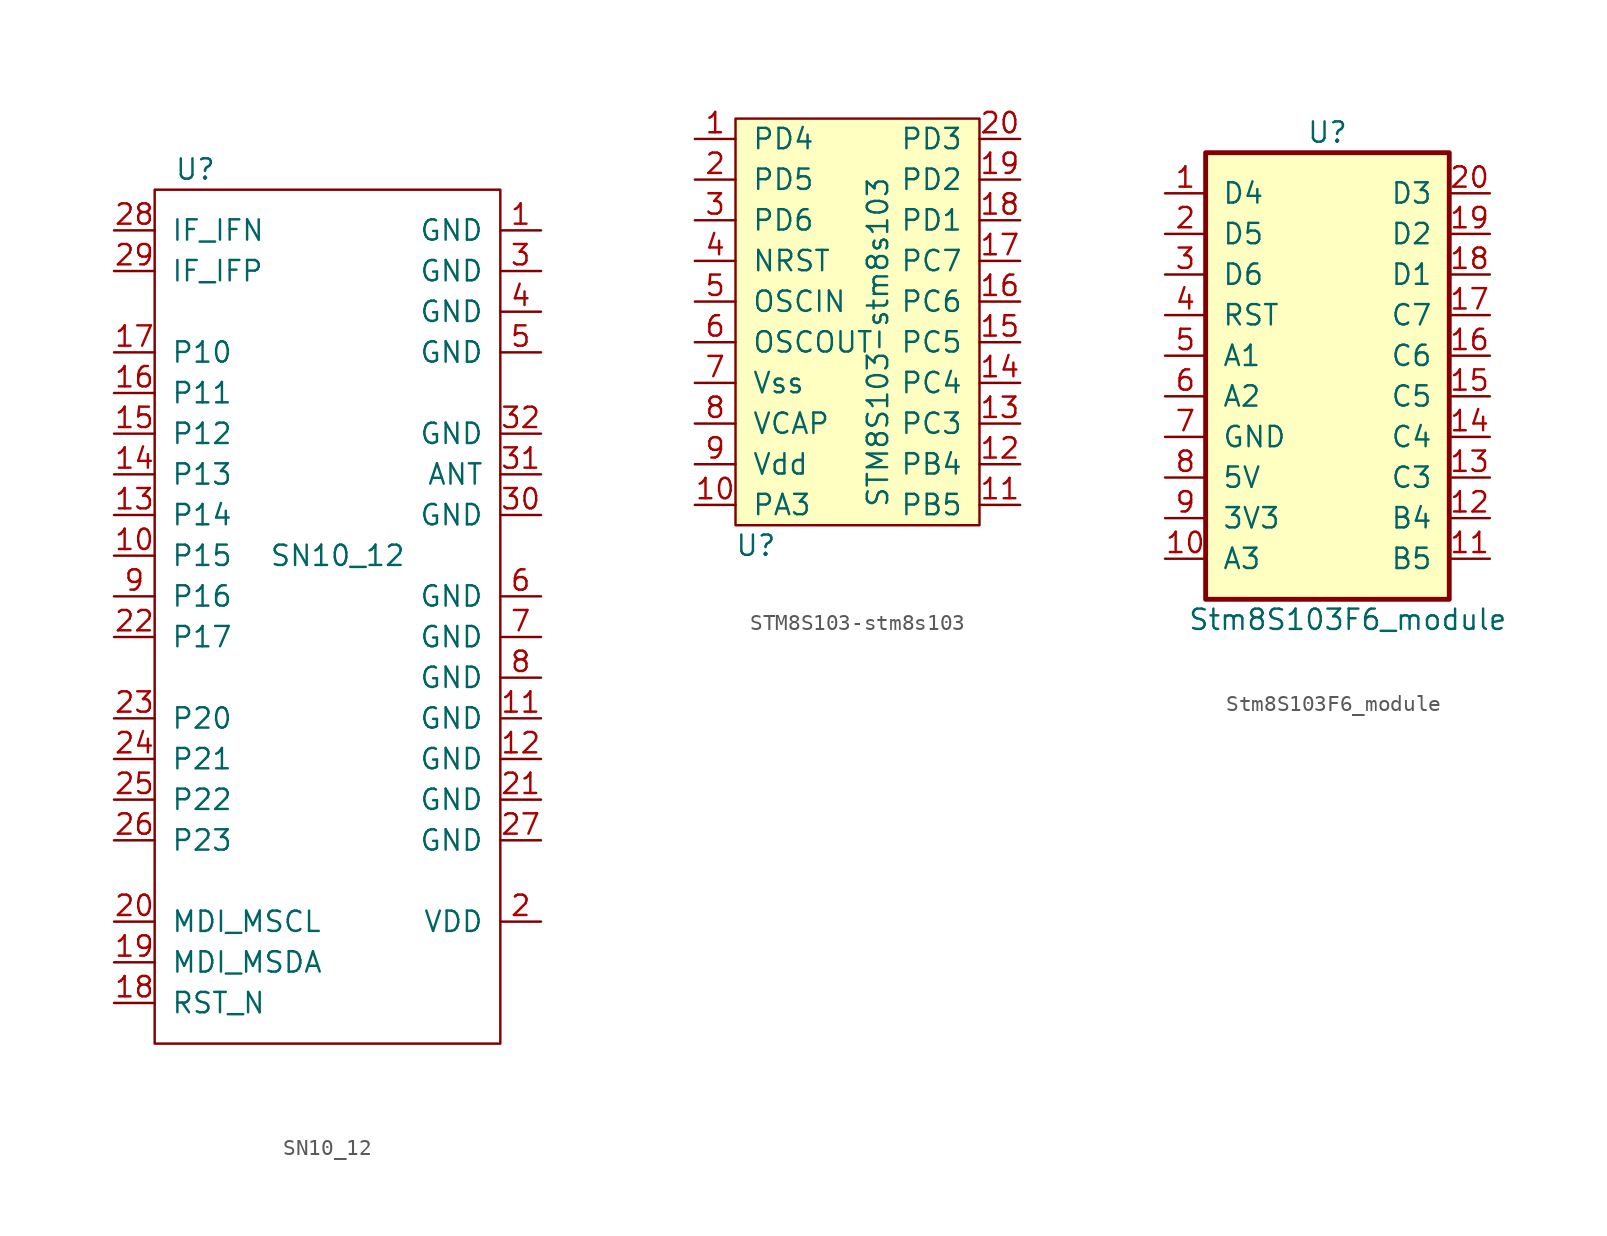
<source format=kicad_sym>
(kicad_symbol_lib
  (version 20241209)
  (generator "kicad_symbol_editor")
  (generator_version "9.0")
  (symbol "SN10_12"
    (pin_names
      (offset 1.016))
    (property "Reference" "U"
      (at -8.89 26.67 0)
      (effects (font (size 1.27 1.27))))
    (property "Value" "SN10_12"
      (at 0 2.54 0)
      (effects (font (size 1.27 1.27))))
    (symbol "SN10_12_0_0"
      (pin unspecified line (at -13.97 22.86 0) (length 2.54) (name "IF_IFN" (effects (font (size 1.27 1.27)))) (number "28" (effects (font (size 1.27 1.27)))))
      (pin unspecified line (at -13.97 20.32 0) (length 2.54) (name "IF_IFP" (effects (font (size 1.27 1.27)))) (number "29" (effects (font (size 1.27 1.27)))))
      (pin unspecified line (at -13.97 15.24 0) (length 2.54) (name "P10" (effects (font (size 1.27 1.27)))) (number "17" (effects (font (size 1.27 1.27)))))
      (pin unspecified line (at -13.97 12.7 0) (length 2.54) (name "P11" (effects (font (size 1.27 1.27)))) (number "16" (effects (font (size 1.27 1.27)))))
      (pin unspecified line (at -13.97 10.16 0) (length 2.54) (name "P12" (effects (font (size 1.27 1.27)))) (number "15" (effects (font (size 1.27 1.27)))))
      (pin unspecified line (at -13.97 7.62 0) (length 2.54) (name "P13" (effects (font (size 1.27 1.27)))) (number "14" (effects (font (size 1.27 1.27)))))
      (pin unspecified line (at -13.97 5.08 0) (length 2.54) (name "P14" (effects (font (size 1.27 1.27)))) (number "13" (effects (font (size 1.27 1.27)))))
      (pin unspecified line (at -13.97 2.54 0) (length 2.54) (name "P15" (effects (font (size 1.27 1.27)))) (number "10" (effects (font (size 1.27 1.27)))))
      (pin unspecified line (at -13.97 0 0) (length 2.54) (name "P16" (effects (font (size 1.27 1.27)))) (number "9" (effects (font (size 1.27 1.27)))))
      (pin unspecified line (at -13.97 -2.54 0) (length 2.54) (name "P17" (effects (font (size 1.27 1.27)))) (number "22" (effects (font (size 1.27 1.27)))))
      (pin unspecified line (at -13.97 -7.62 0) (length 2.54) (name "P20" (effects (font (size 1.27 1.27)))) (number "23" (effects (font (size 1.27 1.27)))))
      (pin unspecified line (at -13.97 -10.16 0) (length 2.54) (name "P21" (effects (font (size 1.27 1.27)))) (number "24" (effects (font (size 1.27 1.27)))))
      (pin unspecified line (at -13.97 -12.7 0) (length 2.54) (name "P22" (effects (font (size 1.27 1.27)))) (number "25" (effects (font (size 1.27 1.27)))))
      (pin unspecified line (at -13.97 -15.24 0) (length 2.54) (name "P23" (effects (font (size 1.27 1.27)))) (number "26" (effects (font (size 1.27 1.27)))))
      (pin unspecified line (at -13.97 -20.32 0) (length 2.54) (name "MDI_MSCL" (effects (font (size 1.27 1.27)))) (number "20" (effects (font (size 1.27 1.27)))))
      (pin unspecified line (at -13.97 -22.86 0) (length 2.54) (name "MDI_MSDA" (effects (font (size 1.27 1.27)))) (number "19" (effects (font (size 1.27 1.27)))))
      (pin unspecified line (at -13.97 -25.4 0) (length 2.54) (name "RST_N" (effects (font (size 1.27 1.27)))) (number "18" (effects (font (size 1.27 1.27)))))
      (pin unspecified line (at 12.7 22.86 180) (length 2.54) (name "GND" (effects (font (size 1.27 1.27)))) (number "1" (effects (font (size 1.27 1.27)))))
      (pin unspecified line (at 12.7 20.32 180) (length 2.54) (name "GND" (effects (font (size 1.27 1.27)))) (number "3" (effects (font (size 1.27 1.27)))))
      (pin unspecified line (at 12.7 17.78 180) (length 2.54) (name "GND" (effects (font (size 1.27 1.27)))) (number "4" (effects (font (size 1.27 1.27)))))
      (pin unspecified line (at 12.7 15.24 180) (length 2.54) (name "GND" (effects (font (size 1.27 1.27)))) (number "5" (effects (font (size 1.27 1.27)))))
      (pin unspecified line (at 12.7 10.16 180) (length 2.54) (name "GND" (effects (font (size 1.27 1.27)))) (number "32" (effects (font (size 1.27 1.27)))))
      (pin unspecified line (at 12.7 7.62 180) (length 2.54) (name "ANT" (effects (font (size 1.27 1.27)))) (number "31" (effects (font (size 1.27 1.27)))))
      (pin unspecified line (at 12.7 5.08 180) (length 2.54) (name "GND" (effects (font (size 1.27 1.27)))) (number "30" (effects (font (size 1.27 1.27)))))
      (pin unspecified line (at 12.7 0 180) (length 2.54) (name "GND" (effects (font (size 1.27 1.27)))) (number "6" (effects (font (size 1.27 1.27)))))
      (pin unspecified line (at 12.7 -2.54 180) (length 2.54) (name "GND" (effects (font (size 1.27 1.27)))) (number "7" (effects (font (size 1.27 1.27)))))
      (pin unspecified line (at 12.7 -5.08 180) (length 2.54) (name "GND" (effects (font (size 1.27 1.27)))) (number "8" (effects (font (size 1.27 1.27)))))
      (pin unspecified line (at 12.7 -7.62 180) (length 2.54) (name "GND" (effects (font (size 1.27 1.27)))) (number "11" (effects (font (size 1.27 1.27)))))
      (pin unspecified line (at 12.7 -10.16 180) (length 2.54) (name "GND" (effects (font (size 1.27 1.27)))) (number "12" (effects (font (size 1.27 1.27)))))
      (pin unspecified line (at 12.7 -12.7 180) (length 2.54) (name "GND" (effects (font (size 1.27 1.27)))) (number "21" (effects (font (size 1.27 1.27)))))
      (pin unspecified line (at 12.7 -15.24 180) (length 2.54) (name "GND" (effects (font (size 1.27 1.27)))) (number "27" (effects (font (size 1.27 1.27)))))
      (pin unspecified line (at 12.7 -20.32 180) (length 2.54) (name "VDD" (effects (font (size 1.27 1.27)))) (number "2" (effects (font (size 1.27 1.27))))))
    (symbol "SN10_12_0_1"
      (rectangle (start -11.43 25.4) (end 10.16 -27.94) (stroke (width 0) (type solid)) (fill (type none)))))
  (symbol "STM8S103-stm8s103"
    (pin_names
      (offset 1.016))
    (property "Reference" "U"
      (at 3.81 -25.4 0)
      (effects (font (size 1.27 1.27))))
    (property "Value" "STM8S103-stm8s103"
      (at 11.43 -12.7 90)
      (effects (font (size 1.27 1.27))))
    (symbol "STM8S103-stm8s103_0_1"
      (rectangle (start 2.54 1.27) (end 17.78 -24.13) (stroke (width 0) (type solid)) (fill (type background))))
    (symbol "STM8S103-stm8s103_1_1"
      (pin unspecified line (at 0 0 0) (length 2.54) (name "PD4" (effects (font (size 1.27 1.27)))) (number "1" (effects (font (size 1.27 1.27)))))
      (pin unspecified line (at 0 -2.54 0) (length 2.54) (name "PD5" (effects (font (size 1.27 1.27)))) (number "2" (effects (font (size 1.27 1.27)))))
      (pin unspecified line (at 0 -5.08 0) (length 2.54) (name "PD6" (effects (font (size 1.27 1.27)))) (number "3" (effects (font (size 1.27 1.27)))))
      (pin unspecified line (at 0 -7.62 0) (length 2.54) (name "NRST" (effects (font (size 1.27 1.27)))) (number "4" (effects (font (size 1.27 1.27)))))
      (pin unspecified line (at 0 -10.16 0) (length 2.54) (name "OSCIN" (effects (font (size 1.27 1.27)))) (number "5" (effects (font (size 1.27 1.27)))))
      (pin unspecified line (at 0 -12.7 0) (length 2.54) (name "OSCOUT" (effects (font (size 1.27 1.27)))) (number "6" (effects (font (size 1.27 1.27)))))
      (pin unspecified line (at 0 -15.24 0) (length 2.54) (name "Vss" (effects (font (size 1.27 1.27)))) (number "7" (effects (font (size 1.27 1.27)))))
      (pin unspecified line (at 0 -17.78 0) (length 2.54) (name "VCAP" (effects (font (size 1.27 1.27)))) (number "8" (effects (font (size 1.27 1.27)))))
      (pin unspecified line (at 0 -20.32 0) (length 2.54) (name "Vdd" (effects (font (size 1.27 1.27)))) (number "9" (effects (font (size 1.27 1.27)))))
      (pin unspecified line (at 0 -22.86 0) (length 2.54) (name "PA3" (effects (font (size 1.27 1.27)))) (number "10" (effects (font (size 1.27 1.27)))))
      (pin unspecified line (at 20.32 0 180) (length 2.54) (name "PD3" (effects (font (size 1.27 1.27)))) (number "20" (effects (font (size 1.27 1.27)))))
      (pin unspecified line (at 20.32 -2.54 180) (length 2.54) (name "PD2" (effects (font (size 1.27 1.27)))) (number "19" (effects (font (size 1.27 1.27)))))
      (pin unspecified line (at 20.32 -5.08 180) (length 2.54) (name "PD1" (effects (font (size 1.27 1.27)))) (number "18" (effects (font (size 1.27 1.27)))))
      (pin unspecified line (at 20.32 -7.62 180) (length 2.54) (name "PC7" (effects (font (size 1.27 1.27)))) (number "17" (effects (font (size 1.27 1.27)))))
      (pin unspecified line (at 20.32 -10.16 180) (length 2.54) (name "PC6" (effects (font (size 1.27 1.27)))) (number "16" (effects (font (size 1.27 1.27)))))
      (pin unspecified line (at 20.32 -12.7 180) (length 2.54) (name "PC5" (effects (font (size 1.27 1.27)))) (number "15" (effects (font (size 1.27 1.27)))))
      (pin unspecified line (at 20.32 -15.24 180) (length 2.54) (name "PC4" (effects (font (size 1.27 1.27)))) (number "14" (effects (font (size 1.27 1.27)))))
      (pin unspecified line (at 20.32 -17.78 180) (length 2.54) (name "PC3" (effects (font (size 1.27 1.27)))) (number "13" (effects (font (size 1.27 1.27)))))
      (pin unspecified line (at 20.32 -20.32 180) (length 2.54) (name "PB4" (effects (font (size 1.27 1.27)))) (number "12" (effects (font (size 1.27 1.27)))))
      (pin unspecified line (at 20.32 -22.86 180) (length 2.54) (name "PB5" (effects (font (size 1.27 1.27)))) (number "11" (effects (font (size 1.27 1.27)))))))
  (symbol "Stm8S103F6_module"
    (pin_names
      (offset 1.016))
    (property "Reference" "U"
      (at 7.62 3.81 0)
      (effects (font (size 1.27 1.27))))
    (property "Value" "Stm8S103F6_module"
      (at 8.89 -26.67 0)
      (effects (font (size 1.27 1.27))))
    (symbol "Stm8S103F6_module_0_1"
      (rectangle (start 0 2.54) (end 15.24 -25.4) (stroke (width 0.305) (type solid)) (fill (type background))))
    (symbol "Stm8S103F6_module_1_1"
      (pin input line (at -2.54 0 0) (length 2.54) (name "D4" (effects (font (size 1.27 1.27)))) (number "1" (effects (font (size 1.27 1.27)))))
      (pin input line (at -2.54 -2.54 0) (length 2.54) (name "D5" (effects (font (size 1.27 1.27)))) (number "2" (effects (font (size 1.27 1.27)))))
      (pin input line (at -2.54 -5.08 0) (length 2.54) (name "D6" (effects (font (size 1.27 1.27)))) (number "3" (effects (font (size 1.27 1.27)))))
      (pin input line (at -2.54 -7.62 0) (length 2.54) (name "RST" (effects (font (size 1.27 1.27)))) (number "4" (effects (font (size 1.27 1.27)))))
      (pin input line (at -2.54 -10.16 0) (length 2.54) (name "A1" (effects (font (size 1.27 1.27)))) (number "5" (effects (font (size 1.27 1.27)))))
      (pin input line (at -2.54 -12.7 0) (length 2.54) (name "A2" (effects (font (size 1.27 1.27)))) (number "6" (effects (font (size 1.27 1.27)))))
      (pin power_in line (at -2.54 -15.24 0) (length 2.54) (name "GND" (effects (font (size 1.27 1.27)))) (number "7" (effects (font (size 1.27 1.27)))))
      (pin power_in line (at -2.54 -17.78 0) (length 2.54) (name "5V" (effects (font (size 1.27 1.27)))) (number "8" (effects (font (size 1.27 1.27)))))
      (pin power_in line (at -2.54 -20.32 0) (length 2.54) (name "3V3" (effects (font (size 1.27 1.27)))) (number "9" (effects (font (size 1.27 1.27)))))
      (pin input line (at -2.54 -22.86 0) (length 2.54) (name "A3" (effects (font (size 1.27 1.27)))) (number "10" (effects (font (size 1.27 1.27)))))
      (pin input line (at 17.78 0 180) (length 2.54) (name "D3" (effects (font (size 1.27 1.27)))) (number "20" (effects (font (size 1.27 1.27)))))
      (pin input line (at 17.78 -2.54 180) (length 2.54) (name "D2" (effects (font (size 1.27 1.27)))) (number "19" (effects (font (size 1.27 1.27)))))
      (pin input line (at 17.78 -5.08 180) (length 2.54) (name "D1" (effects (font (size 1.27 1.27)))) (number "18" (effects (font (size 1.27 1.27)))))
      (pin input line (at 17.78 -7.62 180) (length 2.54) (name "C7" (effects (font (size 1.27 1.27)))) (number "17" (effects (font (size 1.27 1.27)))))
      (pin input line (at 17.78 -10.16 180) (length 2.54) (name "C6" (effects (font (size 1.27 1.27)))) (number "16" (effects (font (size 1.27 1.27)))))
      (pin input line (at 17.78 -12.7 180) (length 2.54) (name "C5" (effects (font (size 1.27 1.27)))) (number "15" (effects (font (size 1.27 1.27)))))
      (pin input line (at 17.78 -15.24 180) (length 2.54) (name "C4" (effects (font (size 1.27 1.27)))) (number "14" (effects (font (size 1.27 1.27)))))
      (pin input line (at 17.78 -17.78 180) (length 2.54) (name "C3" (effects (font (size 1.27 1.27)))) (number "13" (effects (font (size 1.27 1.27)))))
      (pin input line (at 17.78 -20.32 180) (length 2.54) (name "B4" (effects (font (size 1.27 1.27)))) (number "12" (effects (font (size 1.27 1.27)))))
      (pin input line (at 17.78 -22.86 180) (length 2.54) (name "B5" (effects (font (size 1.27 1.27)))) (number "11" (effects (font (size 1.27 1.27))))))))
</source>
